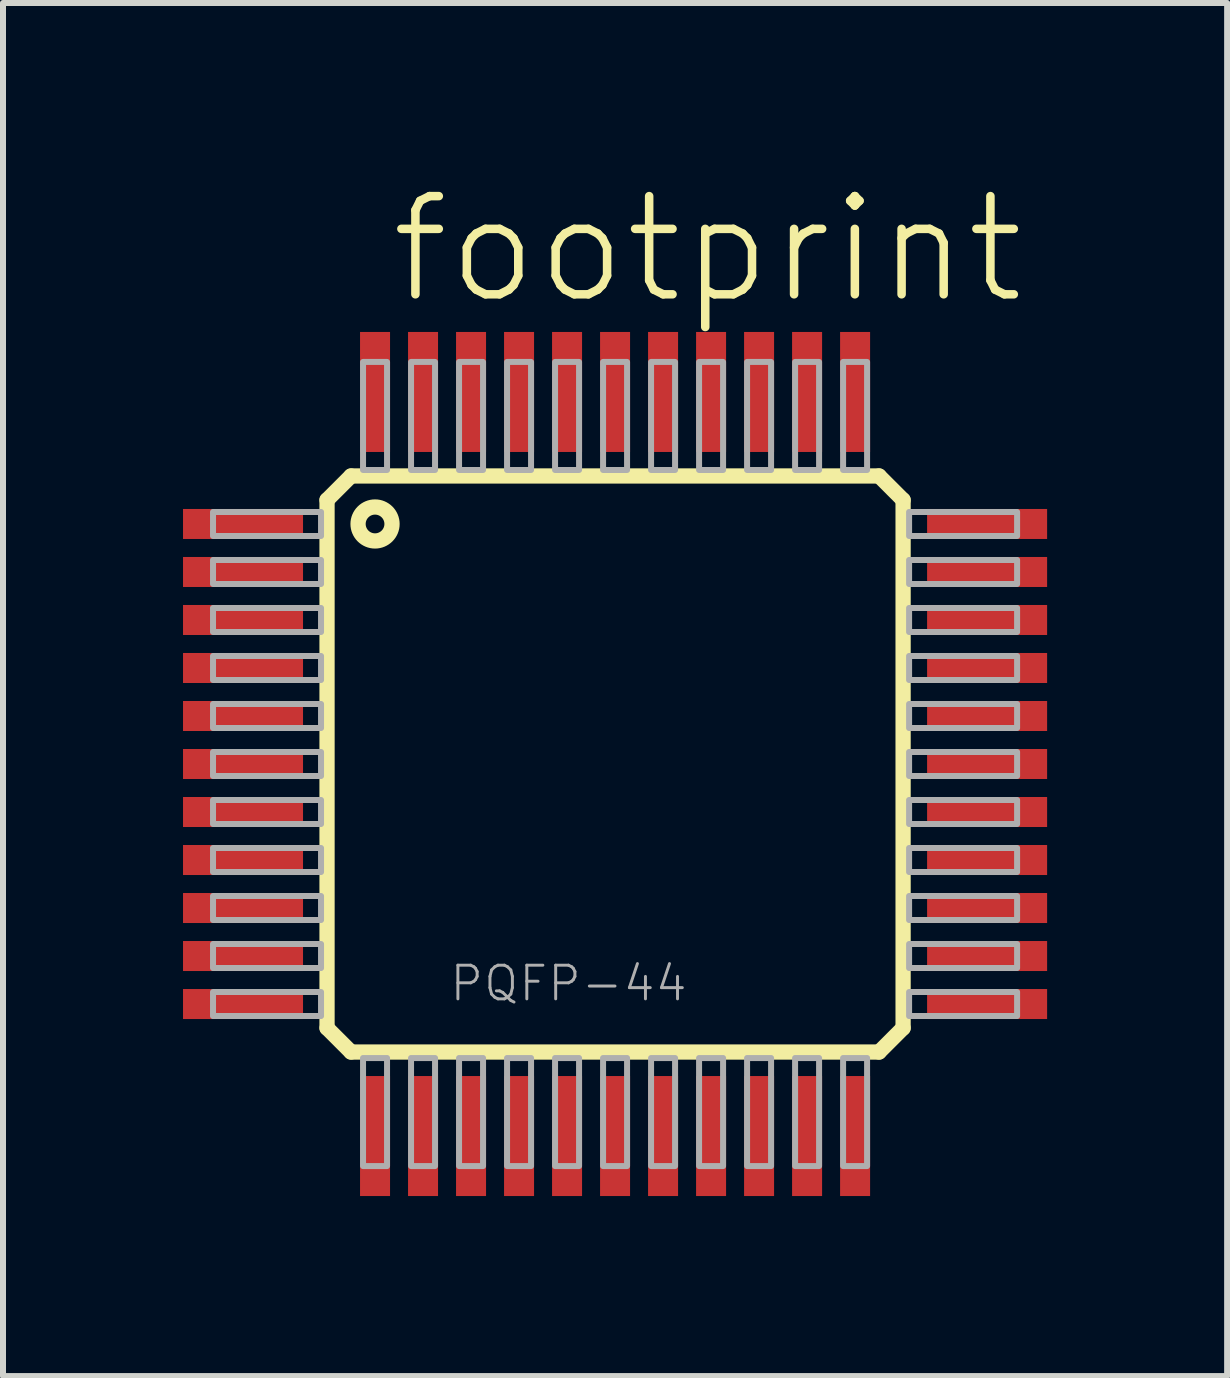
<source format=kicad_pcb>
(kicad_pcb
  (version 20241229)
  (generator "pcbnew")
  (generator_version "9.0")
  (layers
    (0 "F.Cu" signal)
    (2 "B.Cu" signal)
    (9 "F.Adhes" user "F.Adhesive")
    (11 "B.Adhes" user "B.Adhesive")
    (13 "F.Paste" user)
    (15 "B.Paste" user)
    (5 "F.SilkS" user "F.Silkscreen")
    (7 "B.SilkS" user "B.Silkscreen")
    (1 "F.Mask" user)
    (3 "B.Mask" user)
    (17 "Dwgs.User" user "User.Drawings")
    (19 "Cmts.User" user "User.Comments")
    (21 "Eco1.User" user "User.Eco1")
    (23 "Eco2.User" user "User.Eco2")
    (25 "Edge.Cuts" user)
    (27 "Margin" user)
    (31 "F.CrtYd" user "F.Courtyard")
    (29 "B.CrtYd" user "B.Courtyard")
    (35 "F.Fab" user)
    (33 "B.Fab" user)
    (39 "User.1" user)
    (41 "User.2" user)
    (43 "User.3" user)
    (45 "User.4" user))
  (footprint "footprint"
    (layer "F.Cu")
    (at 7.2 9.682)
    (property "Reference" "footprint" (at -3.81 -7.62 0) (layer "F.SilkS") (effects (font (size 1.636 1.636) (thickness 0.142)) (justify left bottom)))
    (fp_line (start -4.8 -4.4) (end -4.4 -4.8) (stroke (width 0.254) (type solid)) (layer "F.SilkS"))
    (fp_line (start -4.8 4.4) (end -4.8 -4.4) (stroke (width 0.254) (type solid)) (layer "F.SilkS"))
    (fp_line (start -4.4 -4.8) (end 4.4 -4.8) (stroke (width 0.254) (type solid)) (layer "F.SilkS"))
    (fp_line (start -4.4 4.8) (end -4.8 4.4) (stroke (width 0.254) (type solid)) (layer "F.SilkS"))
    (fp_line (start 4.4 -4.8) (end 4.8 -4.4) (stroke (width 0.254) (type solid)) (layer "F.SilkS"))
    (fp_line (start 4.4 4.8) (end -4.4 4.8) (stroke (width 0.254) (type solid)) (layer "F.SilkS"))
    (fp_line (start 4.8 -4.4) (end 4.8 4.4) (stroke (width 0.254) (type solid)) (layer "F.SilkS"))
    (fp_line (start 4.8 4.4) (end 4.4 4.8) (stroke (width 0.254) (type solid)) (layer "F.SilkS"))
    (fp_circle (center -4 -4) (end -3.717 -4) (stroke (width 0.254) (type solid)) (fill no) (layer "F.SilkS"))
    (fp_poly (pts (xy -6.7 -3.8) (xy -4.9 -3.8) (xy -4.9 -4.2) (xy -6.7 -4.2)) (stroke (width 0.1) (type solid)) (fill no) (layer "F.Fab"))
    (fp_poly (pts (xy -6.7 -3) (xy -4.9 -3) (xy -4.9 -3.4) (xy -6.7 -3.4)) (stroke (width 0.1) (type solid)) (fill no) (layer "F.Fab"))
    (fp_poly (pts (xy -6.7 -2.2) (xy -4.9 -2.2) (xy -4.9 -2.6) (xy -6.7 -2.6)) (stroke (width 0.1) (type solid)) (fill no) (layer "F.Fab"))
    (fp_poly (pts (xy -6.7 -1.4) (xy -4.9 -1.4) (xy -4.9 -1.8) (xy -6.7 -1.8)) (stroke (width 0.1) (type solid)) (fill no) (layer "F.Fab"))
    (fp_poly (pts (xy -6.7 -0.6) (xy -4.9 -0.6) (xy -4.9 -1) (xy -6.7 -1)) (stroke (width 0.1) (type solid)) (fill no) (layer "F.Fab"))
    (fp_poly (pts (xy -6.7 0.2) (xy -4.9 0.2) (xy -4.9 -0.2) (xy -6.7 -0.2)) (stroke (width 0.1) (type solid)) (fill no) (layer "F.Fab"))
    (fp_poly (pts (xy -6.7 1) (xy -4.9 1) (xy -4.9 0.6) (xy -6.7 0.6)) (stroke (width 0.1) (type solid)) (fill no) (layer "F.Fab"))
    (fp_poly (pts (xy -6.7 1.8) (xy -4.9 1.8) (xy -4.9 1.4) (xy -6.7 1.4)) (stroke (width 0.1) (type solid)) (fill no) (layer "F.Fab"))
    (fp_poly (pts (xy -6.7 2.6) (xy -4.9 2.6) (xy -4.9 2.2) (xy -6.7 2.2)) (stroke (width 0.1) (type solid)) (fill no) (layer "F.Fab"))
    (fp_poly (pts (xy -6.7 3.4) (xy -4.9 3.4) (xy -4.9 3) (xy -6.7 3)) (stroke (width 0.1) (type solid)) (fill no) (layer "F.Fab"))
    (fp_poly (pts (xy -6.7 4.2) (xy -4.9 4.2) (xy -4.9 3.8) (xy -6.7 3.8)) (stroke (width 0.1) (type solid)) (fill no) (layer "F.Fab"))
    (fp_poly (pts (xy -4.2 -4.9) (xy -3.8 -4.9) (xy -3.8 -6.7) (xy -4.2 -6.7)) (stroke (width 0.1) (type solid)) (fill no) (layer "F.Fab"))
    (fp_poly (pts (xy -4.2 6.7) (xy -3.8 6.7) (xy -3.8 4.9) (xy -4.2 4.9)) (stroke (width 0.1) (type solid)) (fill no) (layer "F.Fab"))
    (fp_poly (pts (xy -3.4 -4.9) (xy -3 -4.9) (xy -3 -6.7) (xy -3.4 -6.7)) (stroke (width 0.1) (type solid)) (fill no) (layer "F.Fab"))
    (fp_poly (pts (xy -3.4 6.7) (xy -3 6.7) (xy -3 4.9) (xy -3.4 4.9)) (stroke (width 0.1) (type solid)) (fill no) (layer "F.Fab"))
    (fp_poly (pts (xy -2.6 -4.9) (xy -2.2 -4.9) (xy -2.2 -6.7) (xy -2.6 -6.7)) (stroke (width 0.1) (type solid)) (fill no) (layer "F.Fab"))
    (fp_poly (pts (xy -2.6 6.7) (xy -2.2 6.7) (xy -2.2 4.9) (xy -2.6 4.9)) (stroke (width 0.1) (type solid)) (fill no) (layer "F.Fab"))
    (fp_poly (pts (xy -1.8 -4.9) (xy -1.4 -4.9) (xy -1.4 -6.7) (xy -1.8 -6.7)) (stroke (width 0.1) (type solid)) (fill no) (layer "F.Fab"))
    (fp_poly (pts (xy -1.8 6.7) (xy -1.4 6.7) (xy -1.4 4.9) (xy -1.8 4.9)) (stroke (width 0.1) (type solid)) (fill no) (layer "F.Fab"))
    (fp_poly (pts (xy -1 -4.9) (xy -0.6 -4.9) (xy -0.6 -6.7) (xy -1 -6.7)) (stroke (width 0.1) (type solid)) (fill no) (layer "F.Fab"))
    (fp_poly (pts (xy -1 6.7) (xy -0.6 6.7) (xy -0.6 4.9) (xy -1 4.9)) (stroke (width 0.1) (type solid)) (fill no) (layer "F.Fab"))
    (fp_poly (pts (xy -0.2 -4.9) (xy 0.2 -4.9) (xy 0.2 -6.7) (xy -0.2 -6.7)) (stroke (width 0.1) (type solid)) (fill no) (layer "F.Fab"))
    (fp_poly (pts (xy -0.2 6.7) (xy 0.2 6.7) (xy 0.2 4.9) (xy -0.2 4.9)) (stroke (width 0.1) (type solid)) (fill no) (layer "F.Fab"))
    (fp_poly (pts (xy 0.6 -4.9) (xy 1 -4.9) (xy 1 -6.7) (xy 0.6 -6.7)) (stroke (width 0.1) (type solid)) (fill no) (layer "F.Fab"))
    (fp_poly (pts (xy 0.6 6.7) (xy 1 6.7) (xy 1 4.9) (xy 0.6 4.9)) (stroke (width 0.1) (type solid)) (fill no) (layer "F.Fab"))
    (fp_poly (pts (xy 1.4 -4.9) (xy 1.8 -4.9) (xy 1.8 -6.7) (xy 1.4 -6.7)) (stroke (width 0.1) (type solid)) (fill no) (layer "F.Fab"))
    (fp_poly (pts (xy 1.4 6.7) (xy 1.8 6.7) (xy 1.8 4.9) (xy 1.4 4.9)) (stroke (width 0.1) (type solid)) (fill no) (layer "F.Fab"))
    (fp_poly (pts (xy 2.2 -4.9) (xy 2.6 -4.9) (xy 2.6 -6.7) (xy 2.2 -6.7)) (stroke (width 0.1) (type solid)) (fill no) (layer "F.Fab"))
    (fp_poly (pts (xy 2.2 6.7) (xy 2.6 6.7) (xy 2.6 4.9) (xy 2.2 4.9)) (stroke (width 0.1) (type solid)) (fill no) (layer "F.Fab"))
    (fp_poly (pts (xy 3 -4.9) (xy 3.4 -4.9) (xy 3.4 -6.7) (xy 3 -6.7)) (stroke (width 0.1) (type solid)) (fill no) (layer "F.Fab"))
    (fp_poly (pts (xy 3 6.7) (xy 3.4 6.7) (xy 3.4 4.9) (xy 3 4.9)) (stroke (width 0.1) (type solid)) (fill no) (layer "F.Fab"))
    (fp_poly (pts (xy 3.8 -4.9) (xy 4.2 -4.9) (xy 4.2 -6.7) (xy 3.8 -6.7)) (stroke (width 0.1) (type solid)) (fill no) (layer "F.Fab"))
    (fp_poly (pts (xy 3.8 6.7) (xy 4.2 6.7) (xy 4.2 4.9) (xy 3.8 4.9)) (stroke (width 0.1) (type solid)) (fill no) (layer "F.Fab"))
    (fp_poly (pts (xy 4.9 -3.8) (xy 6.7 -3.8) (xy 6.7 -4.2) (xy 4.9 -4.2)) (stroke (width 0.1) (type solid)) (fill no) (layer "F.Fab"))
    (fp_poly (pts (xy 4.9 -3) (xy 6.7 -3) (xy 6.7 -3.4) (xy 4.9 -3.4)) (stroke (width 0.1) (type solid)) (fill no) (layer "F.Fab"))
    (fp_poly (pts (xy 4.9 -2.2) (xy 6.7 -2.2) (xy 6.7 -2.6) (xy 4.9 -2.6)) (stroke (width 0.1) (type solid)) (fill no) (layer "F.Fab"))
    (fp_poly (pts (xy 4.9 -1.4) (xy 6.7 -1.4) (xy 6.7 -1.8) (xy 4.9 -1.8)) (stroke (width 0.1) (type solid)) (fill no) (layer "F.Fab"))
    (fp_poly (pts (xy 4.9 -0.6) (xy 6.7 -0.6) (xy 6.7 -1) (xy 4.9 -1)) (stroke (width 0.1) (type solid)) (fill no) (layer "F.Fab"))
    (fp_poly (pts (xy 4.9 0.2) (xy 6.7 0.2) (xy 6.7 -0.2) (xy 4.9 -0.2)) (stroke (width 0.1) (type solid)) (fill no) (layer "F.Fab"))
    (fp_poly (pts (xy 4.9 1) (xy 6.7 1) (xy 6.7 0.6) (xy 4.9 0.6)) (stroke (width 0.1) (type solid)) (fill no) (layer "F.Fab"))
    (fp_poly (pts (xy 4.9 1.8) (xy 6.7 1.8) (xy 6.7 1.4) (xy 4.9 1.4)) (stroke (width 0.1) (type solid)) (fill no) (layer "F.Fab"))
    (fp_poly (pts (xy 4.9 2.6) (xy 6.7 2.6) (xy 6.7 2.2) (xy 4.9 2.2)) (stroke (width 0.1) (type solid)) (fill no) (layer "F.Fab"))
    (fp_poly (pts (xy 4.9 3.4) (xy 6.7 3.4) (xy 6.7 3) (xy 4.9 3)) (stroke (width 0.1) (type solid)) (fill no) (layer "F.Fab"))
    (fp_poly (pts (xy 4.9 4.2) (xy 6.7 4.2) (xy 6.7 3.8) (xy 4.9 3.8)) (stroke (width 0.1) (type solid)) (fill no) (layer "F.Fab"))
    (fp_text user "PQFP-44" (at -2.785 3.985 0) (layer "F.Fab") (effects (font (size 0.561 0.561) (thickness 0.049)) (justify left bottom)))
    (pad "1" smd rect (at -6.2 -4) (size 2 0.5) (layers "F.Cu" "F.Mask" "F.Paste"))
    (pad "2" smd rect (at -6.2 -3.2) (size 2 0.5) (layers "F.Cu" "F.Mask" "F.Paste"))
    (pad "3" smd rect (at -6.2 -2.4) (size 2 0.5) (layers "F.Cu" "F.Mask" "F.Paste"))
    (pad "4" smd rect (at -6.2 -1.6) (size 2 0.5) (layers "F.Cu" "F.Mask" "F.Paste"))
    (pad "5" smd rect (at -6.2 -0.8) (size 2 0.5) (layers "F.Cu" "F.Mask" "F.Paste"))
    (pad "6" smd rect (at -6.2 0) (size 2 0.5) (layers "F.Cu" "F.Mask" "F.Paste"))
    (pad "7" smd rect (at -6.2 0.8) (size 2 0.5) (layers "F.Cu" "F.Mask" "F.Paste"))
    (pad "8" smd rect (at -6.2 1.6) (size 2 0.5) (layers "F.Cu" "F.Mask" "F.Paste"))
    (pad "9" smd rect (at -6.2 2.4) (size 2 0.5) (layers "F.Cu" "F.Mask" "F.Paste"))
    (pad "10" smd rect (at -6.2 3.2) (size 2 0.5) (layers "F.Cu" "F.Mask" "F.Paste"))
    (pad "11" smd rect (at -6.2 4) (size 2 0.5) (layers "F.Cu" "F.Mask" "F.Paste"))
    (pad "12" smd rect (at -4 6.2) (size 0.5 2) (layers "F.Cu" "F.Mask" "F.Paste"))
    (pad "13" smd rect (at -3.2 6.2) (size 0.5 2) (layers "F.Cu" "F.Mask" "F.Paste"))
    (pad "14" smd rect (at -2.4 6.2) (size 0.5 2) (layers "F.Cu" "F.Mask" "F.Paste"))
    (pad "15" smd rect (at -1.6 6.2) (size 0.5 2) (layers "F.Cu" "F.Mask" "F.Paste"))
    (pad "16" smd rect (at -0.8 6.2) (size 0.5 2) (layers "F.Cu" "F.Mask" "F.Paste"))
    (pad "17" smd rect (at 0 6.2) (size 0.5 2) (layers "F.Cu" "F.Mask" "F.Paste"))
    (pad "18" smd rect (at 0.8 6.2) (size 0.5 2) (layers "F.Cu" "F.Mask" "F.Paste"))
    (pad "19" smd rect (at 1.6 6.2) (size 0.5 2) (layers "F.Cu" "F.Mask" "F.Paste"))
    (pad "20" smd rect (at 2.4 6.2) (size 0.5 2) (layers "F.Cu" "F.Mask" "F.Paste"))
    (pad "21" smd rect (at 3.2 6.2) (size 0.5 2) (layers "F.Cu" "F.Mask" "F.Paste"))
    (pad "22" smd rect (at 4 6.2) (size 0.5 2) (layers "F.Cu" "F.Mask" "F.Paste"))
    (pad "23" smd rect (at 6.2 4) (size 2 0.5) (layers "F.Cu" "F.Mask" "F.Paste"))
    (pad "24" smd rect (at 6.2 3.2) (size 2 0.5) (layers "F.Cu" "F.Mask" "F.Paste"))
    (pad "25" smd rect (at 6.2 2.4) (size 2 0.5) (layers "F.Cu" "F.Mask" "F.Paste"))
    (pad "26" smd rect (at 6.2 1.6) (size 2 0.5) (layers "F.Cu" "F.Mask" "F.Paste"))
    (pad "27" smd rect (at 6.2 0.8) (size 2 0.5) (layers "F.Cu" "F.Mask" "F.Paste"))
    (pad "28" smd rect (at 6.2 0) (size 2 0.5) (layers "F.Cu" "F.Mask" "F.Paste"))
    (pad "29" smd rect (at 6.2 -0.8) (size 2 0.5) (layers "F.Cu" "F.Mask" "F.Paste"))
    (pad "30" smd rect (at 6.2 -1.6) (size 2 0.5) (layers "F.Cu" "F.Mask" "F.Paste"))
    (pad "31" smd rect (at 6.2 -2.4) (size 2 0.5) (layers "F.Cu" "F.Mask" "F.Paste"))
    (pad "32" smd rect (at 6.2 -3.2) (size 2 0.5) (layers "F.Cu" "F.Mask" "F.Paste"))
    (pad "33" smd rect (at 6.2 -4) (size 2 0.5) (layers "F.Cu" "F.Mask" "F.Paste"))
    (pad "34" smd rect (at 4 -6.2) (size 0.5 2) (layers "F.Cu" "F.Mask" "F.Paste"))
    (pad "35" smd rect (at 3.2 -6.2) (size 0.5 2) (layers "F.Cu" "F.Mask" "F.Paste"))
    (pad "36" smd rect (at 2.4 -6.2) (size 0.5 2) (layers "F.Cu" "F.Mask" "F.Paste"))
    (pad "37" smd rect (at 1.6 -6.2) (size 0.5 2) (layers "F.Cu" "F.Mask" "F.Paste"))
    (pad "38" smd rect (at 0.8 -6.2) (size 0.5 2) (layers "F.Cu" "F.Mask" "F.Paste"))
    (pad "39" smd rect (at 0 -6.2) (size 0.5 2) (layers "F.Cu" "F.Mask" "F.Paste"))
    (pad "40" smd rect (at -0.8 -6.2) (size 0.5 2) (layers "F.Cu" "F.Mask" "F.Paste"))
    (pad "41" smd rect (at -1.6 -6.2) (size 0.5 2) (layers "F.Cu" "F.Mask" "F.Paste"))
    (pad "42" smd rect (at -2.4 -6.2) (size 0.5 2) (layers "F.Cu" "F.Mask" "F.Paste"))
    (pad "43" smd rect (at -3.2 -6.2) (size 0.5 2) (layers "F.Cu" "F.Mask" "F.Paste"))
    (pad "44" smd rect (at -4 -6.2) (size 0.5 2) (layers "F.Cu" "F.Mask" "F.Paste")))
  (gr_rect
    (start -3 -3)
    (end 17.4 19.882)
    (stroke (width 0.1) (type default))
    (fill no)
    (layer "Edge.Cuts")))
</source>
